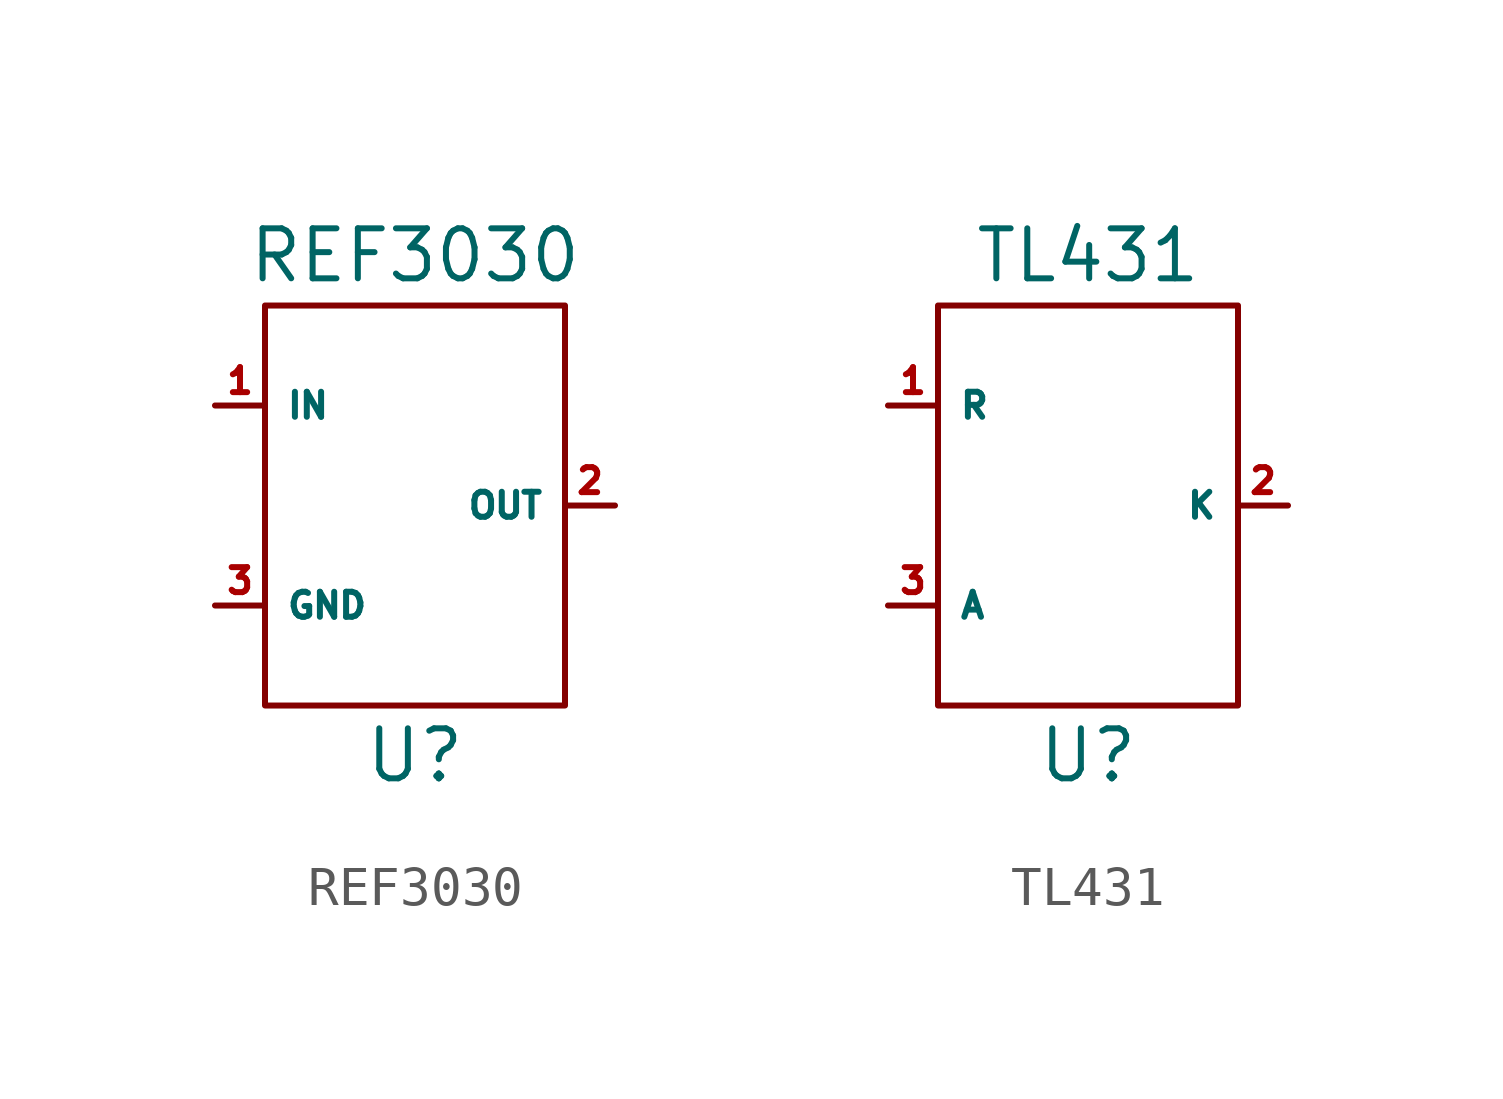
<source format=kicad_sym>
(kicad_symbol_lib
  (version 20211014)
  (generator kicad_symbol_editor)
  (symbol "REF3030"
    (property "Reference" "U"
      (at 0 -6.35 0)
      (effects (font (size 1.27 1.27))))
    (property "Value" "REF3030"
      (at 0 6.35 0)
      (effects (font (size 1.27 1.27))))
    (symbol "REF3030_0_1"
      (rectangle (start -3.81 5.08) (end 3.81 -5.08) (stroke (width 0) (type default) (color 0 0 0 0)) (fill (type none))))
    (symbol "REF3030_1_1"
      (pin power_in line (at -5.08 2.54 0) (length 1.27) (name "IN" (effects (font (size 0.635 0.635)))) (number "1" (effects (font (size 0.635 0.635)))))
      (pin power_out line (at 5.08 0 180) (length 1.27) (name "OUT" (effects (font (size 0.635 0.635)))) (number "2" (effects (font (size 0.635 0.635)))))
      (pin power_in line (at -5.08 -2.54 0) (length 1.27) (name "GND" (effects (font (size 0.635 0.635)))) (number "3" (effects (font (size 0.635 0.635)))))))
  (symbol "TL431"
    (property "Reference" "U"
      (at 0 -6.35 0)
      (effects (font (size 1.27 1.27))))
    (property "Value" "TL431"
      (at 0 6.35 0)
      (effects (font (size 1.27 1.27))))
    (symbol "TL431_0_1"
      (rectangle (start -3.81 5.08) (end 3.81 -5.08) (stroke (width 0) (type default) (color 0 0 0 0)) (fill (type none))))
    (symbol "TL431_1_1"
      (pin power_in line (at -5.08 2.54 0) (length 1.27) (name "R" (effects (font (size 0.635 0.635)))) (number "1" (effects (font (size 0.635 0.635)))))
      (pin power_out line (at 5.08 0 180) (length 1.27) (name "K" (effects (font (size 0.635 0.635)))) (number "2" (effects (font (size 0.635 0.635)))))
      (pin power_in line (at -5.08 -2.54 0) (length 1.27) (name "A" (effects (font (size 0.635 0.635)))) (number "3" (effects (font (size 0.635 0.635))))))))
</source>
